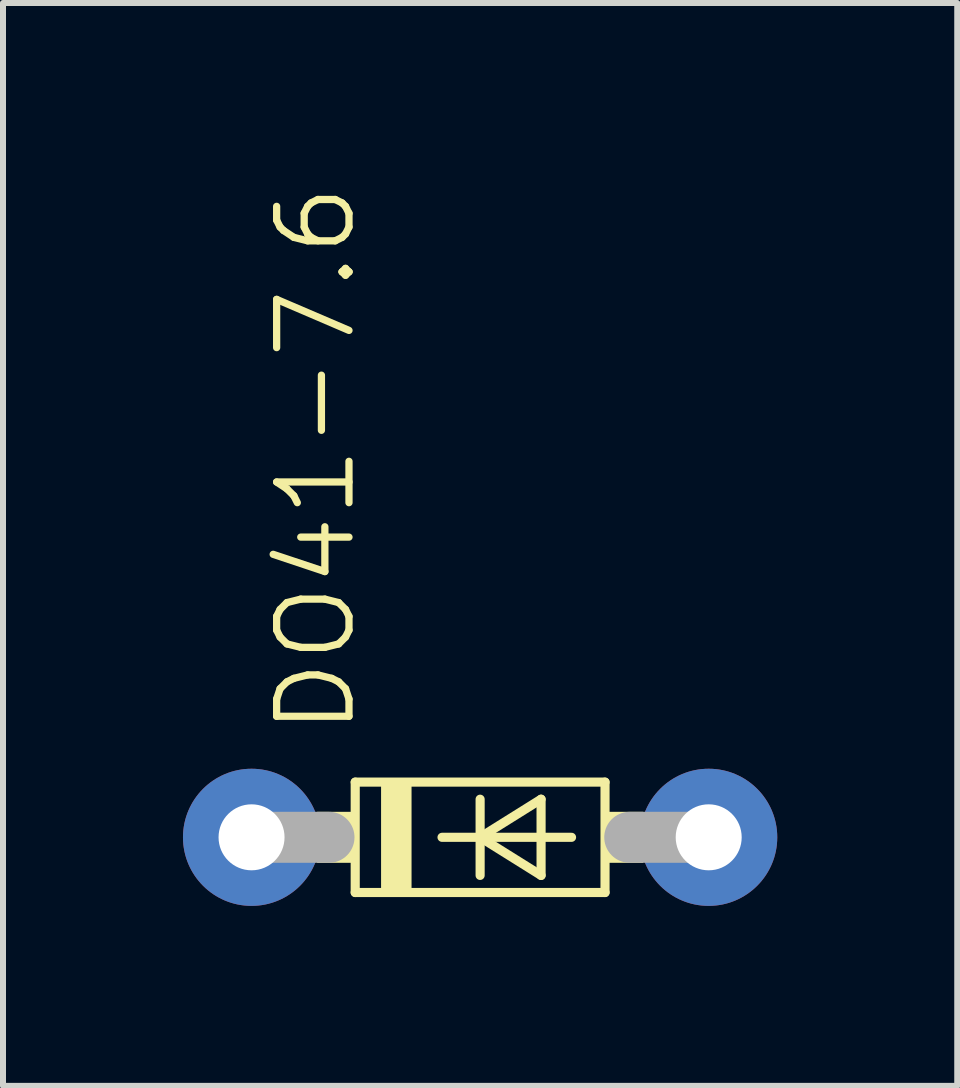
<source format=kicad_pcb>
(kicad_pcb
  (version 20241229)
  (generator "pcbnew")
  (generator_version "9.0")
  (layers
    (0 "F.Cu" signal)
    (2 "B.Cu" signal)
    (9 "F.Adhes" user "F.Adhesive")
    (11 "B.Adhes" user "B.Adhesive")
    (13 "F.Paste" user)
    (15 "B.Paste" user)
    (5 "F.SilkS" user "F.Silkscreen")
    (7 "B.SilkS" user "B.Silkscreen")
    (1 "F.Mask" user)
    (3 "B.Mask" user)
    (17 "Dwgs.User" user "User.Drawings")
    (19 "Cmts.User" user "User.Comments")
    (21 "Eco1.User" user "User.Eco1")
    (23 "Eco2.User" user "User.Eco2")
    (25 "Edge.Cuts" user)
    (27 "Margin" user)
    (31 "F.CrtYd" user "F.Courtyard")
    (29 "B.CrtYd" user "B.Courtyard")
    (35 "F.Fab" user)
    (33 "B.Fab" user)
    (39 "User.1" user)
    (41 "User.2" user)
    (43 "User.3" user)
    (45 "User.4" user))
  (footprint "DO41-7.6"
    (layer "F.Cu")
    (at 4.953 10.907)
    (property "Reference" "DO41-7.6" (at -2.032 -1.651 270) (layer "F.SilkS") (effects (font (size 1.206 1.206) (thickness 0.121)) (justify left bottom)))
    (attr through_hole)
    (fp_line (start -2.082 -0.92) (end -2.082 0.92) (stroke (width 0.152) (type solid)) (layer "F.SilkS"))
    (fp_line (start -2.082 -0.92) (end 2.082 -0.92) (stroke (width 0.152) (type solid)) (layer "F.SilkS"))
    (fp_line (start -0.635 0) (end 0 0) (stroke (width 0.152) (type solid)) (layer "F.SilkS"))
    (fp_line (start 0 -0.635) (end 0 0) (stroke (width 0.152) (type solid)) (layer "F.SilkS"))
    (fp_line (start 0 0) (end 0 0.635) (stroke (width 0.152) (type solid)) (layer "F.SilkS"))
    (fp_line (start 0 0) (end 1.016 -0.635) (stroke (width 0.152) (type solid)) (layer "F.SilkS"))
    (fp_line (start 0 0) (end 1.524 0) (stroke (width 0.152) (type solid)) (layer "F.SilkS"))
    (fp_line (start 1.016 -0.635) (end 1.016 0.635) (stroke (width 0.152) (type solid)) (layer "F.SilkS"))
    (fp_line (start 1.016 0.635) (end 0 0) (stroke (width 0.152) (type solid)) (layer "F.SilkS"))
    (fp_line (start 2.082 0.92) (end -2.082 0.92) (stroke (width 0.152) (type solid)) (layer "F.SilkS"))
    (fp_line (start 2.082 0.92) (end 2.082 -0.92) (stroke (width 0.152) (type solid)) (layer "F.SilkS"))
    (fp_poly (pts (xy -2.717 0.425) (xy -2.082 0.425) (xy -2.082 -0.425) (xy -2.717 -0.425)) (stroke (width 0) (type solid)) (fill yes) (layer "F.SilkS"))
    (fp_poly (pts (xy -1.651 0.95) (xy -1.143 0.95) (xy -1.143 -0.92) (xy -1.651 -0.92)) (stroke (width 0) (type solid)) (fill yes) (layer "F.SilkS"))
    (fp_poly (pts (xy 2.082 0.425) (xy 2.717 0.425) (xy 2.717 -0.425) (xy 2.082 -0.425)) (stroke (width 0) (type solid)) (fill yes) (layer "F.SilkS"))
    (fp_line (start -3.81 0) (end -2.519 0) (stroke (width 0.85) (type solid)) (layer "F.Fab"))
    (fp_line (start 3.81 0) (end 2.494 0) (stroke (width 0.85) (type solid)) (layer "F.Fab"))
    (pad "A" thru_hole circle (at 3.81 0) (size 2.286 2.286) (drill 1.1) (layers "*.Cu" "*.Mask"))
    (pad "C" thru_hole circle (at -3.81 0) (size 2.286 2.286) (drill 1.1) (layers "*.Cu" "*.Mask")))
  (gr_rect
    (start -3 -3)
    (end 12.906 15.05)
    (stroke (width 0.1) (type default))
    (fill no)
    (layer "Edge.Cuts")))
</source>
